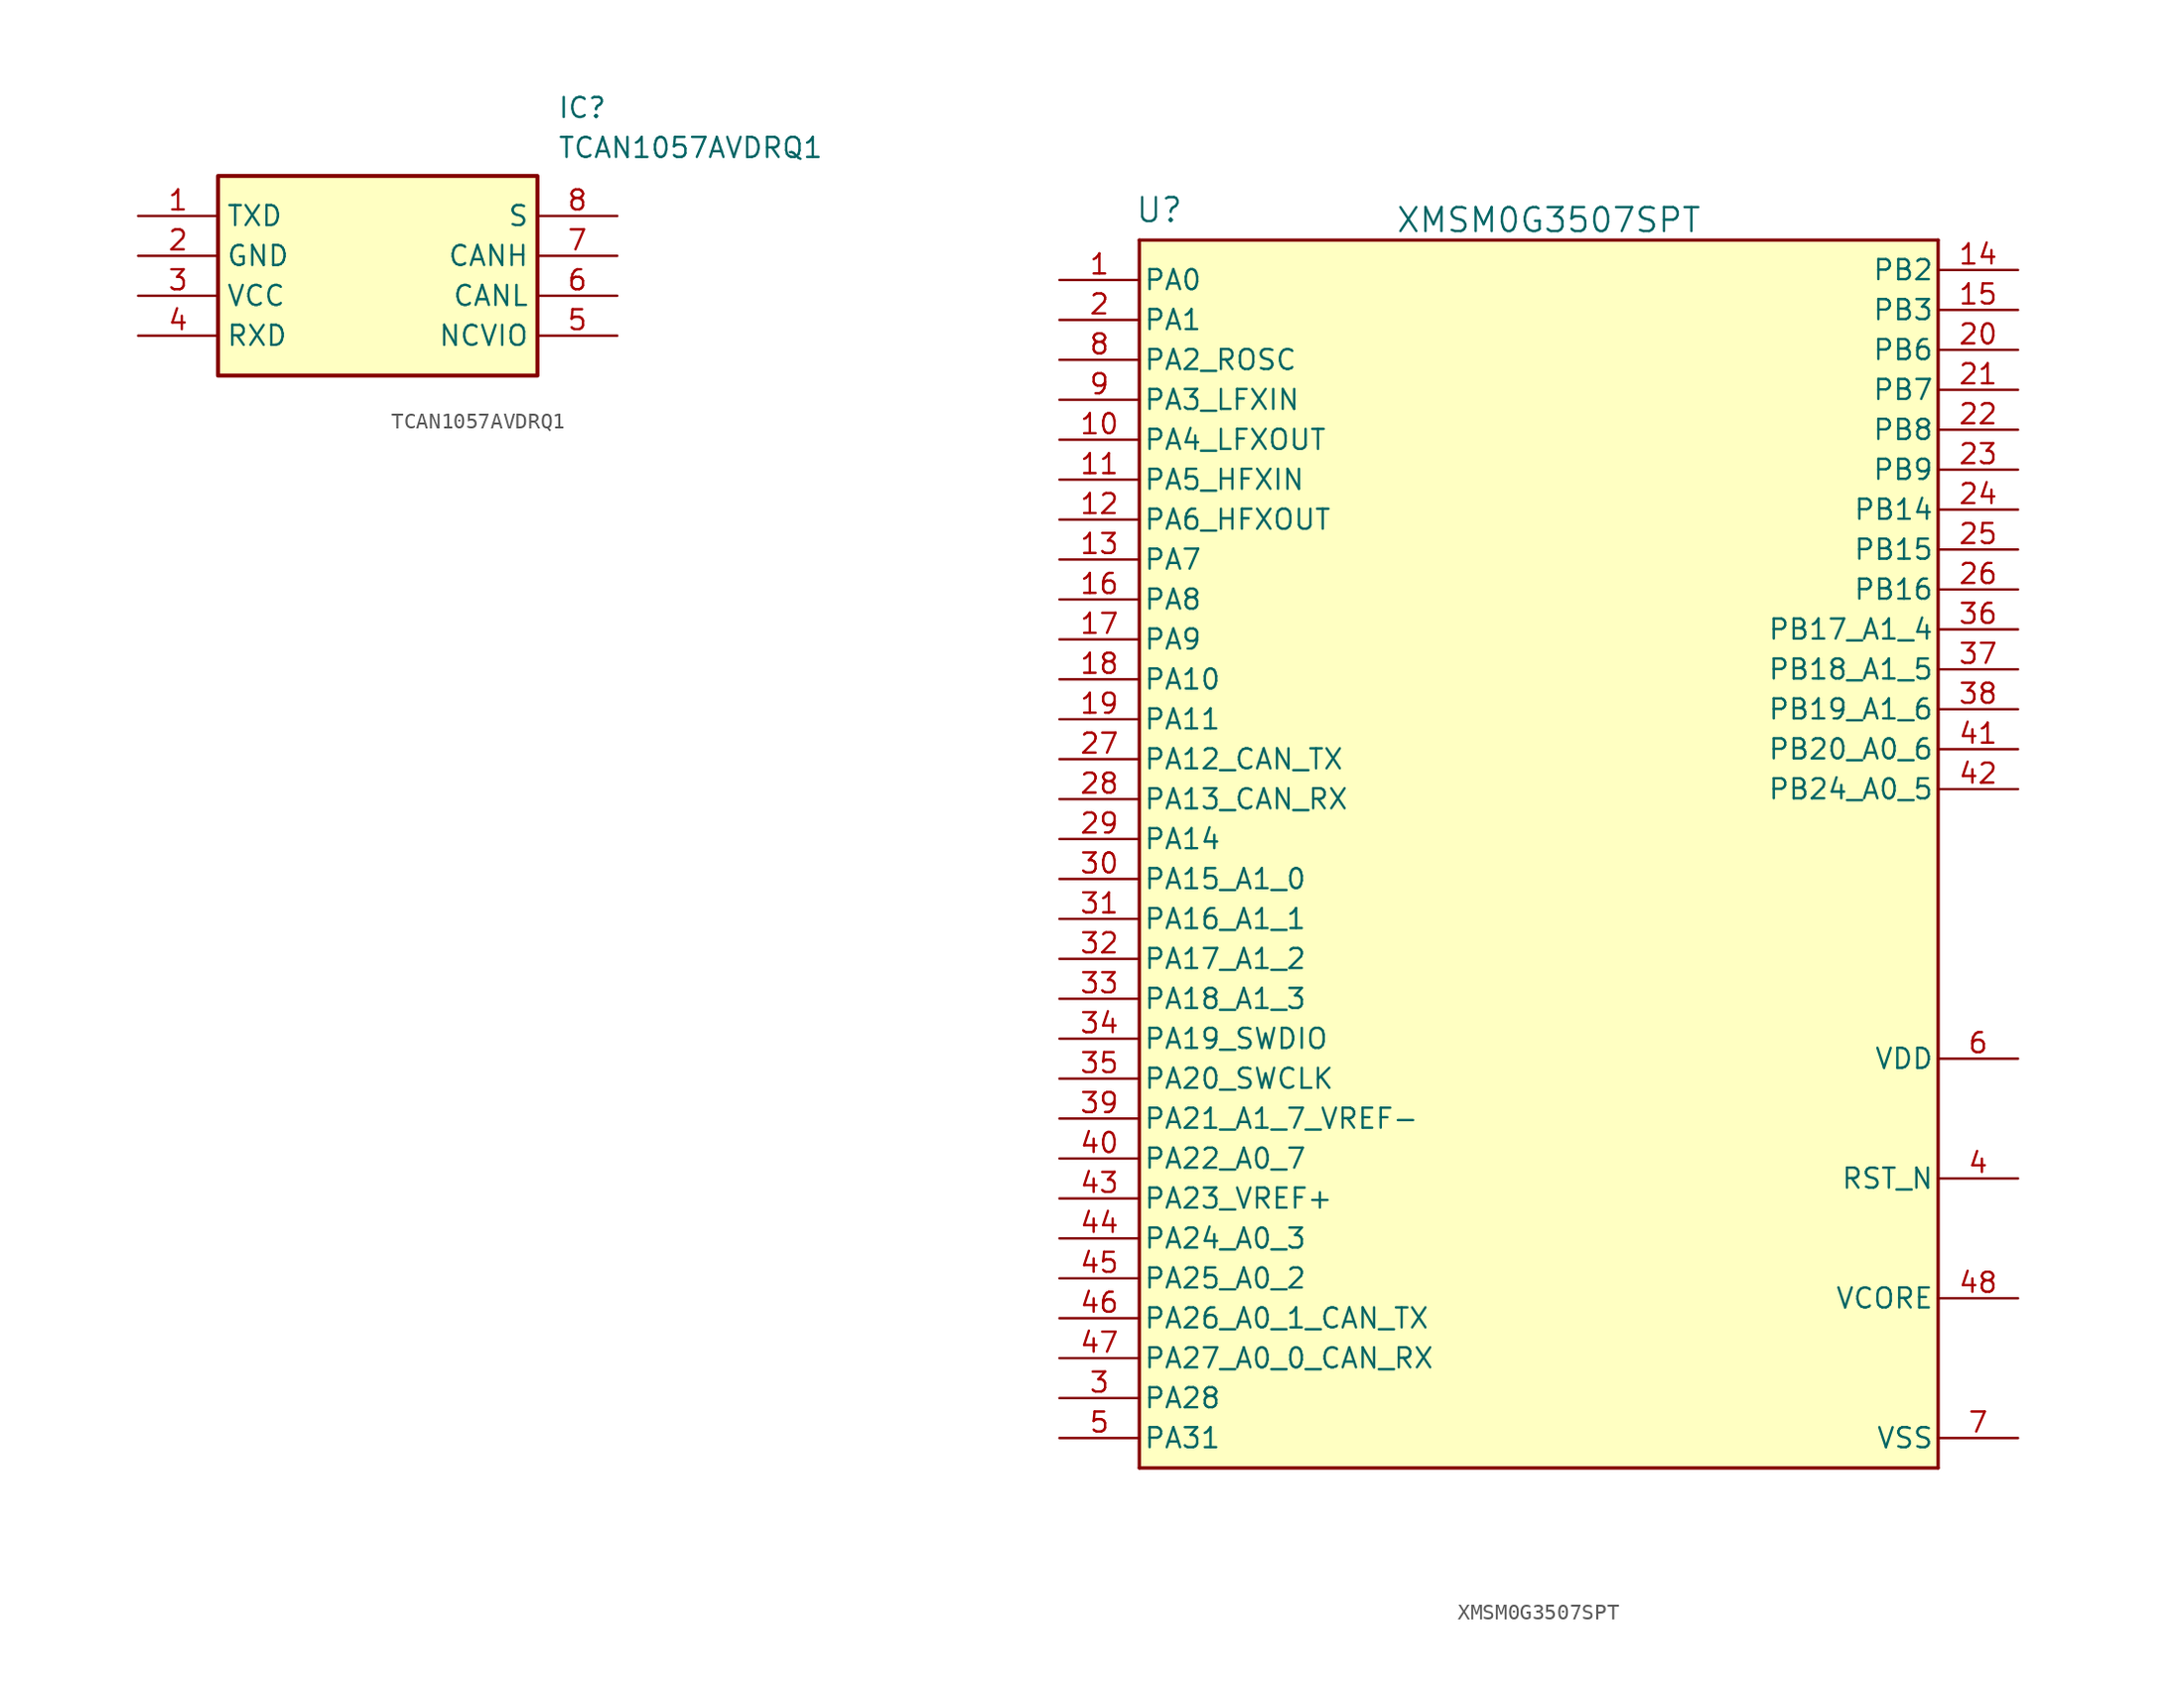
<source format=kicad_sym>
(kicad_symbol_lib
  (version 20220914)
  (generator kicad_symbol_editor)
  (symbol "TCAN1057AVDRQ1"
    (property "Reference" "IC"
      (at 26.67 7.62 0)
      (effects (font (size 1.27 1.27)) (justify left top)))
    (property "Value" "TCAN1057AVDRQ1"
      (at 26.67 5.08 0)
      (effects (font (size 1.27 1.27)) (justify left top)))
    (symbol "TCAN1057AVDRQ1_1_1"
      (rectangle (start 5.08 2.54) (end 25.4 -10.16) (stroke (width 0.254) (type default)) (fill (type background)))
      (pin passive line (at 0 0 0) (length 5.08) (name "TXD" (effects (font (size 1.27 1.27)))) (number "1" (effects (font (size 1.27 1.27)))))
      (pin passive line (at 0 -2.54 0) (length 5.08) (name "GND" (effects (font (size 1.27 1.27)))) (number "2" (effects (font (size 1.27 1.27)))))
      (pin passive line (at 0 -5.08 0) (length 5.08) (name "VCC" (effects (font (size 1.27 1.27)))) (number "3" (effects (font (size 1.27 1.27)))))
      (pin passive line (at 0 -7.62 0) (length 5.08) (name "RXD" (effects (font (size 1.27 1.27)))) (number "4" (effects (font (size 1.27 1.27)))))
      (pin passive line (at 30.48 -7.62 180) (length 5.08) (name "NCVIO" (effects (font (size 1.27 1.27)))) (number "5" (effects (font (size 1.27 1.27)))))
      (pin passive line (at 30.48 -5.08 180) (length 5.08) (name "CANL" (effects (font (size 1.27 1.27)))) (number "6" (effects (font (size 1.27 1.27)))))
      (pin passive line (at 30.48 -2.54 180) (length 5.08) (name "CANH" (effects (font (size 1.27 1.27)))) (number "7" (effects (font (size 1.27 1.27)))))
      (pin passive line (at 30.48 0 180) (length 5.08) (name "S" (effects (font (size 1.27 1.27)))) (number "8" (effects (font (size 1.27 1.27)))))))
  (symbol "XMSM0G3507SPT"
    (pin_names
      (offset 0.254))
    (property "Reference" "U"
      (at 6.35 -8.255 0)
      (effects (font (size 1.524 1.524))))
    (property "Value" "XMSM0G3507SPT"
      (at 31.115 -8.89 0)
      (effects (font (size 1.524 1.524))))
    (property "ki_locked" ""
      (at 0 0 0)
      (effects (font (size 1.27 1.27))))
    (symbol "XMSM0G3507SPT_0_1"
      (polyline (pts (xy 5.08 -88.265) (xy 55.88 -88.265)) (stroke (width 0.203) (type default)) (fill (type none)))
      (polyline (pts (xy 5.08 -10.16) (xy 5.08 -88.265)) (stroke (width 0.203) (type default)) (fill (type none)))
      (polyline (pts (xy 55.88 -88.265) (xy 55.88 -10.16)) (stroke (width 0.203) (type default)) (fill (type none)))
      (polyline (pts (xy 55.88 -10.16) (xy 5.08 -10.16)) (stroke (width 0.203) (type default)) (fill (type none)))
      (pin bidirectional line (at 0 -12.7 0) (length 5.08) (name "PA0" (effects (font (size 1.27 1.27)))) (number "1" (effects (font (size 1.27 1.27)))))
      (pin bidirectional line (at 0 -22.86 0) (length 5.08) (name "PA4_LFXOUT" (effects (font (size 1.27 1.27)))) (number "10" (effects (font (size 1.27 1.27)))))
      (pin bidirectional line (at 0 -25.4 0) (length 5.08) (name "PA5_HFXIN" (effects (font (size 1.27 1.27)))) (number "11" (effects (font (size 1.27 1.27)))))
      (pin bidirectional line (at 0 -27.94 0) (length 5.08) (name "PA6_HFXOUT" (effects (font (size 1.27 1.27)))) (number "12" (effects (font (size 1.27 1.27)))))
      (pin bidirectional line (at 0 -30.48 0) (length 5.08) (name "PA7" (effects (font (size 1.27 1.27)))) (number "13" (effects (font (size 1.27 1.27)))))
      (pin bidirectional line (at 60.96 -12.065 180) (length 5.08) (name "PB2" (effects (font (size 1.27 1.27)))) (number "14" (effects (font (size 1.27 1.27)))))
      (pin bidirectional line (at 60.96 -14.605 180) (length 5.08) (name "PB3" (effects (font (size 1.27 1.27)))) (number "15" (effects (font (size 1.27 1.27)))))
      (pin bidirectional line (at 0 -33.02 0) (length 5.08) (name "PA8" (effects (font (size 1.27 1.27)))) (number "16" (effects (font (size 1.27 1.27)))))
      (pin bidirectional line (at 0 -35.56 0) (length 5.08) (name "PA9" (effects (font (size 1.27 1.27)))) (number "17" (effects (font (size 1.27 1.27)))))
      (pin bidirectional line (at 0 -38.1 0) (length 5.08) (name "PA10" (effects (font (size 1.27 1.27)))) (number "18" (effects (font (size 1.27 1.27)))))
      (pin bidirectional line (at 0 -40.64 0) (length 5.08) (name "PA11" (effects (font (size 1.27 1.27)))) (number "19" (effects (font (size 1.27 1.27)))))
      (pin bidirectional line (at 0 -15.24 0) (length 5.08) (name "PA1" (effects (font (size 1.27 1.27)))) (number "2" (effects (font (size 1.27 1.27)))))
      (pin bidirectional line (at 60.96 -17.145 180) (length 5.08) (name "PB6" (effects (font (size 1.27 1.27)))) (number "20" (effects (font (size 1.27 1.27)))))
      (pin bidirectional line (at 60.96 -19.685 180) (length 5.08) (name "PB7" (effects (font (size 1.27 1.27)))) (number "21" (effects (font (size 1.27 1.27)))))
      (pin bidirectional line (at 60.96 -22.225 180) (length 5.08) (name "PB8" (effects (font (size 1.27 1.27)))) (number "22" (effects (font (size 1.27 1.27)))))
      (pin bidirectional line (at 60.96 -24.765 180) (length 5.08) (name "PB9" (effects (font (size 1.27 1.27)))) (number "23" (effects (font (size 1.27 1.27)))))
      (pin bidirectional line (at 60.96 -27.305 180) (length 5.08) (name "PB14" (effects (font (size 1.27 1.27)))) (number "24" (effects (font (size 1.27 1.27)))))
      (pin bidirectional line (at 60.96 -29.845 180) (length 5.08) (name "PB15" (effects (font (size 1.27 1.27)))) (number "25" (effects (font (size 1.27 1.27)))))
      (pin bidirectional line (at 60.96 -32.385 180) (length 5.08) (name "PB16" (effects (font (size 1.27 1.27)))) (number "26" (effects (font (size 1.27 1.27)))))
      (pin bidirectional line (at 0 -43.18 0) (length 5.08) (name "PA12_CAN_TX" (effects (font (size 1.27 1.27)))) (number "27" (effects (font (size 1.27 1.27)))))
      (pin bidirectional line (at 0 -45.72 0) (length 5.08) (name "PA13_CAN_RX" (effects (font (size 1.27 1.27)))) (number "28" (effects (font (size 1.27 1.27)))))
      (pin bidirectional line (at 0 -48.26 0) (length 5.08) (name "PA14" (effects (font (size 1.27 1.27)))) (number "29" (effects (font (size 1.27 1.27)))))
      (pin bidirectional line (at 0 -83.82 0) (length 5.08) (name "PA28" (effects (font (size 1.27 1.27)))) (number "3" (effects (font (size 1.27 1.27)))))
      (pin bidirectional line (at 0 -50.8 0) (length 5.08) (name "PA15_A1_0" (effects (font (size 1.27 1.27)))) (number "30" (effects (font (size 1.27 1.27)))))
      (pin bidirectional line (at 0 -53.34 0) (length 5.08) (name "PA16_A1_1" (effects (font (size 1.27 1.27)))) (number "31" (effects (font (size 1.27 1.27)))))
      (pin bidirectional line (at 0 -55.88 0) (length 5.08) (name "PA17_A1_2" (effects (font (size 1.27 1.27)))) (number "32" (effects (font (size 1.27 1.27)))))
      (pin bidirectional line (at 0 -58.42 0) (length 5.08) (name "PA18_A1_3" (effects (font (size 1.27 1.27)))) (number "33" (effects (font (size 1.27 1.27)))))
      (pin bidirectional line (at 0 -60.96 0) (length 5.08) (name "PA19_SWDIO" (effects (font (size 1.27 1.27)))) (number "34" (effects (font (size 1.27 1.27)))))
      (pin bidirectional line (at 0 -63.5 0) (length 5.08) (name "PA20_SWCLK" (effects (font (size 1.27 1.27)))) (number "35" (effects (font (size 1.27 1.27)))))
      (pin bidirectional line (at 60.96 -34.925 180) (length 5.08) (name "PB17_A1_4" (effects (font (size 1.27 1.27)))) (number "36" (effects (font (size 1.27 1.27)))))
      (pin bidirectional line (at 60.96 -37.465 180) (length 5.08) (name "PB18_A1_5" (effects (font (size 1.27 1.27)))) (number "37" (effects (font (size 1.27 1.27)))))
      (pin bidirectional line (at 60.96 -40.005 180) (length 5.08) (name "PB19_A1_6" (effects (font (size 1.27 1.27)))) (number "38" (effects (font (size 1.27 1.27)))))
      (pin bidirectional line (at 0 -66.04 0) (length 5.08) (name "PA21_A1_7_VREF-" (effects (font (size 1.27 1.27)))) (number "39" (effects (font (size 1.27 1.27)))))
      (pin input line (at 60.96 -69.85 180) (length 5.08) (name "RST_N" (effects (font (size 1.27 1.27)))) (number "4" (effects (font (size 1.27 1.27)))))
      (pin bidirectional line (at 0 -68.58 0) (length 5.08) (name "PA22_A0_7" (effects (font (size 1.27 1.27)))) (number "40" (effects (font (size 1.27 1.27)))))
      (pin bidirectional line (at 60.96 -42.545 180) (length 5.08) (name "PB20_A0_6" (effects (font (size 1.27 1.27)))) (number "41" (effects (font (size 1.27 1.27)))))
      (pin bidirectional line (at 60.96 -45.085 180) (length 5.08) (name "PB24_A0_5" (effects (font (size 1.27 1.27)))) (number "42" (effects (font (size 1.27 1.27)))))
      (pin bidirectional line (at 0 -71.12 0) (length 5.08) (name "PA23_VREF+" (effects (font (size 1.27 1.27)))) (number "43" (effects (font (size 1.27 1.27)))))
      (pin bidirectional line (at 0 -73.66 0) (length 5.08) (name "PA24_A0_3" (effects (font (size 1.27 1.27)))) (number "44" (effects (font (size 1.27 1.27)))))
      (pin bidirectional line (at 0 -76.2 0) (length 5.08) (name "PA25_A0_2" (effects (font (size 1.27 1.27)))) (number "45" (effects (font (size 1.27 1.27)))))
      (pin bidirectional line (at 0 -78.74 0) (length 5.08) (name "PA26_A0_1_CAN_TX" (effects (font (size 1.27 1.27)))) (number "46" (effects (font (size 1.27 1.27)))))
      (pin bidirectional line (at 0 -81.28 0) (length 5.08) (name "PA27_A0_0_CAN_RX" (effects (font (size 1.27 1.27)))) (number "47" (effects (font (size 1.27 1.27)))))
      (pin power_in line (at 60.96 -77.47 180) (length 5.08) (name "VCORE" (effects (font (size 1.27 1.27)))) (number "48" (effects (font (size 1.27 1.27)))))
      (pin bidirectional line (at 0 -86.36 0) (length 5.08) (name "PA31" (effects (font (size 1.27 1.27)))) (number "5" (effects (font (size 1.27 1.27)))))
      (pin power_in line (at 60.96 -62.23 180) (length 5.08) (name "VDD" (effects (font (size 1.27 1.27)))) (number "6" (effects (font (size 1.27 1.27)))))
      (pin power_in line (at 60.96 -86.36 180) (length 5.08) (name "VSS" (effects (font (size 1.27 1.27)))) (number "7" (effects (font (size 1.27 1.27)))))
      (pin bidirectional line (at 0 -17.78 0) (length 5.08) (name "PA2_ROSC" (effects (font (size 1.27 1.27)))) (number "8" (effects (font (size 1.27 1.27)))))
      (pin bidirectional line (at 0 -20.32 0) (length 5.08) (name "PA3_LFXIN" (effects (font (size 1.27 1.27)))) (number "9" (effects (font (size 1.27 1.27))))))
    (symbol "XMSM0G3507SPT_1_1"
      (rectangle (start 5.08 -10.16) (end 55.88 -88.265) (stroke (width 0) (type default)) (fill (type background))))))
</source>
